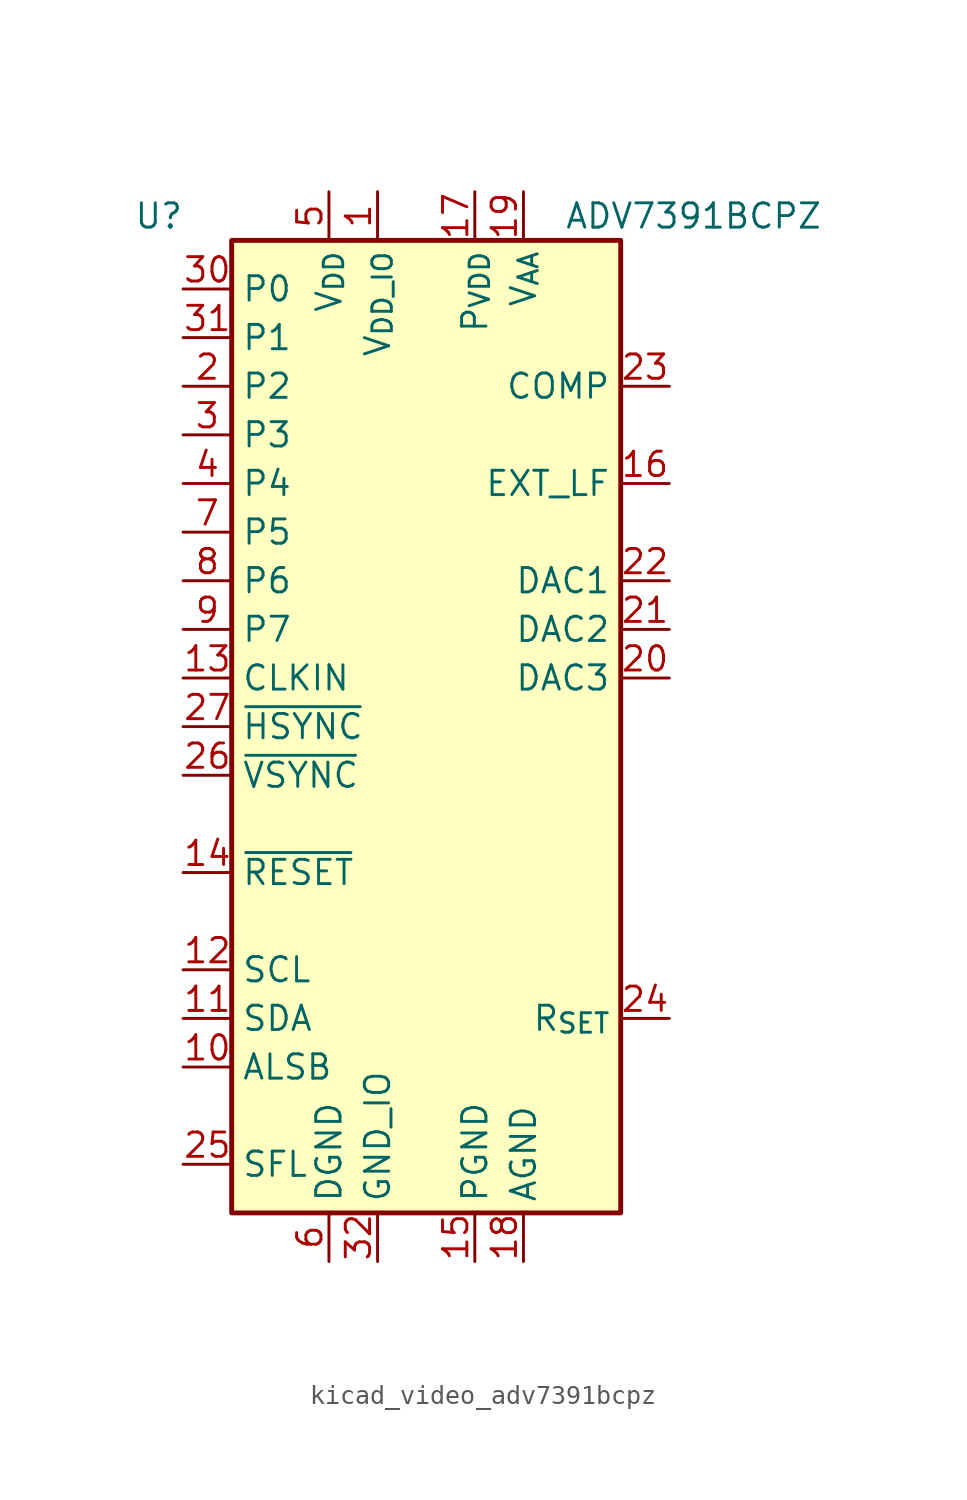
<source format=kicad_sym>
(kicad_symbol_lib
  (version 20220914)
  (generator kicad_symbol_editor)
  (symbol "kicad_video_adv7391bcpz"
    (property "Reference" "U"
      (at -13.97 26.67 0)
      (effects (font (size 1.27 1.27))))
    (property "Value" "ADV7391BCPZ"
      (at 13.97 26.67 0)
      (effects (font (size 1.27 1.27))))
    (symbol "kicad_video_adv7391bcpz_0_1"
      (rectangle (start -10.16 25.4) (end 10.16 -25.4) (stroke (width 0.254) (type default)) (fill (type background))))
    (symbol "kicad_video_adv7391bcpz_1_1"
      (pin power_in line (at -2.54 27.94 270) (length 2.54) (name "V_{DD_IO}" (effects (font (size 1.27 1.27)))) (number "1" (effects (font (size 1.27 1.27)))))
      (pin input line (at -12.7 -17.78 0) (length 2.54) (name "ALSB" (effects (font (size 1.27 1.27)))) (number "10" (effects (font (size 1.27 1.27)))))
      (pin bidirectional line (at -12.7 -15.24 0) (length 2.54) (name "SDA" (effects (font (size 1.27 1.27)))) (number "11" (effects (font (size 1.27 1.27)))))
      (pin input line (at -12.7 -12.7 0) (length 2.54) (name "SCL" (effects (font (size 1.27 1.27)))) (number "12" (effects (font (size 1.27 1.27)))))
      (pin input line (at -12.7 2.54 0) (length 2.54) (name "CLKIN" (effects (font (size 1.27 1.27)))) (number "13" (effects (font (size 1.27 1.27)))))
      (pin input line (at -12.7 -7.62 0) (length 2.54) (name "~{RESET}" (effects (font (size 1.27 1.27)))) (number "14" (effects (font (size 1.27 1.27)))))
      (pin power_in line (at 2.54 -27.94 90) (length 2.54) (name "PGND" (effects (font (size 1.27 1.27)))) (number "15" (effects (font (size 1.27 1.27)))))
      (pin passive line (at 12.7 12.7 180) (length 2.54) (name "EXT_LF" (effects (font (size 1.27 1.27)))) (number "16" (effects (font (size 1.27 1.27)))))
      (pin power_in line (at 2.54 27.94 270) (length 2.54) (name "P_{VDD}" (effects (font (size 1.27 1.27)))) (number "17" (effects (font (size 1.27 1.27)))))
      (pin power_in line (at 5.08 -27.94 90) (length 2.54) (name "AGND" (effects (font (size 1.27 1.27)))) (number "18" (effects (font (size 1.27 1.27)))))
      (pin power_in line (at 5.08 27.94 270) (length 2.54) (name "V_{AA}" (effects (font (size 1.27 1.27)))) (number "19" (effects (font (size 1.27 1.27)))))
      (pin input line (at -12.7 17.78 0) (length 2.54) (name "P2" (effects (font (size 1.27 1.27)))) (number "2" (effects (font (size 1.27 1.27)))))
      (pin output line (at 12.7 2.54 180) (length 2.54) (name "DAC3" (effects (font (size 1.27 1.27)))) (number "20" (effects (font (size 1.27 1.27)))))
      (pin output line (at 12.7 5.08 180) (length 2.54) (name "DAC2" (effects (font (size 1.27 1.27)))) (number "21" (effects (font (size 1.27 1.27)))))
      (pin output line (at 12.7 7.62 180) (length 2.54) (name "DAC1" (effects (font (size 1.27 1.27)))) (number "22" (effects (font (size 1.27 1.27)))))
      (pin output line (at 12.7 17.78 180) (length 2.54) (name "COMP" (effects (font (size 1.27 1.27)))) (number "23" (effects (font (size 1.27 1.27)))))
      (pin input line (at 12.7 -15.24 180) (length 2.54) (name "R_{SET}" (effects (font (size 1.27 1.27)))) (number "24" (effects (font (size 1.27 1.27)))))
      (pin input line (at -12.7 -22.86 0) (length 2.54) (name "SFL" (effects (font (size 1.27 1.27)))) (number "25" (effects (font (size 1.27 1.27)))))
      (pin bidirectional line (at -12.7 -2.54 0) (length 2.54) (name "~{VSYNC}" (effects (font (size 1.27 1.27)))) (number "26" (effects (font (size 1.27 1.27)))))
      (pin bidirectional line (at -12.7 0 0) (length 2.54) (name "~{HSYNC}" (effects (font (size 1.27 1.27)))) (number "27" (effects (font (size 1.27 1.27)))))
      (pin passive line (at -5.08 27.94 270) (length 2.54) hide (name "V_{DD}" (effects (font (size 1.27 1.27)))) (number "28" (effects (font (size 1.27 1.27)))))
      (pin passive line (at -5.08 -27.94 90) (length 2.54) hide (name "DGND" (effects (font (size 1.27 1.27)))) (number "29" (effects (font (size 1.27 1.27)))))
      (pin input line (at -12.7 15.24 0) (length 2.54) (name "P3" (effects (font (size 1.27 1.27)))) (number "3" (effects (font (size 1.27 1.27)))))
      (pin input line (at -12.7 22.86 0) (length 2.54) (name "P0" (effects (font (size 1.27 1.27)))) (number "30" (effects (font (size 1.27 1.27)))))
      (pin input line (at -12.7 20.32 0) (length 2.54) (name "P1" (effects (font (size 1.27 1.27)))) (number "31" (effects (font (size 1.27 1.27)))))
      (pin power_in line (at -2.54 -27.94 90) (length 2.54) (name "GND_IO" (effects (font (size 1.27 1.27)))) (number "32" (effects (font (size 1.27 1.27)))))
      (pin passive line (at 5.08 -27.94 90) (length 2.54) hide (name "AGND" (effects (font (size 1.27 1.27)))) (number "33" (effects (font (size 1.27 1.27)))))
      (pin input line (at -12.7 12.7 0) (length 2.54) (name "P4" (effects (font (size 1.27 1.27)))) (number "4" (effects (font (size 1.27 1.27)))))
      (pin power_in line (at -5.08 27.94 270) (length 2.54) (name "V_{DD}" (effects (font (size 1.27 1.27)))) (number "5" (effects (font (size 1.27 1.27)))))
      (pin power_in line (at -5.08 -27.94 90) (length 2.54) (name "DGND" (effects (font (size 1.27 1.27)))) (number "6" (effects (font (size 1.27 1.27)))))
      (pin input line (at -12.7 10.16 0) (length 2.54) (name "P5" (effects (font (size 1.27 1.27)))) (number "7" (effects (font (size 1.27 1.27)))))
      (pin input line (at -12.7 7.62 0) (length 2.54) (name "P6" (effects (font (size 1.27 1.27)))) (number "8" (effects (font (size 1.27 1.27)))))
      (pin input line (at -12.7 5.08 0) (length 2.54) (name "P7" (effects (font (size 1.27 1.27)))) (number "9" (effects (font (size 1.27 1.27))))))))
</source>
